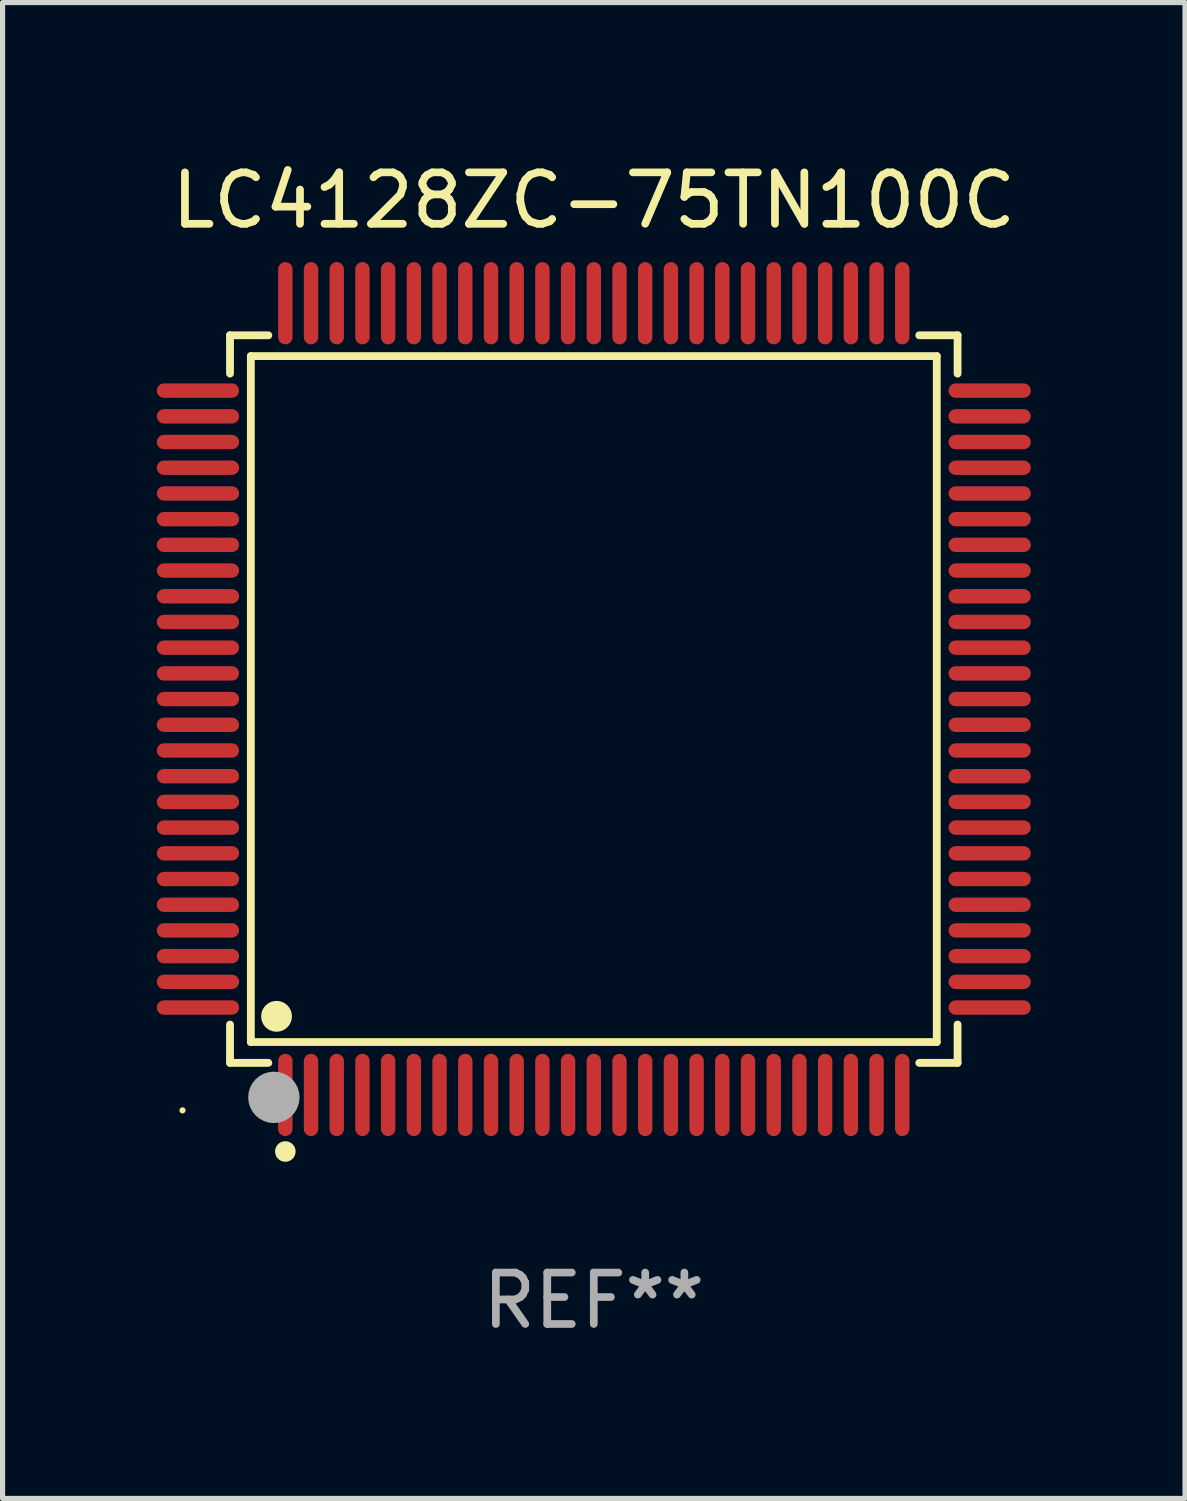
<source format=kicad_pcb>
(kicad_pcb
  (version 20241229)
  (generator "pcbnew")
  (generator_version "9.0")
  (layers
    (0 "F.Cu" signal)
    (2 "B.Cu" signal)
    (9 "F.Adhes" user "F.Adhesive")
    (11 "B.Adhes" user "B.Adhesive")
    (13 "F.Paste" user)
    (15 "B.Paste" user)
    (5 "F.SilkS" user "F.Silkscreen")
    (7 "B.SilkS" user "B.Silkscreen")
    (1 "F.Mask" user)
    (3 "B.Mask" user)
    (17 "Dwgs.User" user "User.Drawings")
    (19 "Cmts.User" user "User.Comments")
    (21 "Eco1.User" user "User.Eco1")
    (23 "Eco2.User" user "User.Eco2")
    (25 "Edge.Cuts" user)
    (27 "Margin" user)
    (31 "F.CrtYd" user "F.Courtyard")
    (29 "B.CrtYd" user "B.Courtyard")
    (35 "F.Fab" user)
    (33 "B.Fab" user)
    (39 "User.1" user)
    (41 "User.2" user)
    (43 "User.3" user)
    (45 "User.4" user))
  (footprint "LC4128ZC-75TN100C"
    (layer "F.Cu")
    (at 8.5 10.548)
    (property "Reference" "LC4128ZC-75TN100C" (at 0 -9.7 0) (layer "F.SilkS") (effects (font (size 1 1) (thickness 0.15))))
    (attr through_hole)
    (fp_line (start -7.076 -7.076) (end -6.331 -7.076) (stroke (width 0.152) (type solid)) (layer "F.SilkS"))
    (fp_line (start -7.076 -6.331) (end -7.076 -7.076) (stroke (width 0.152) (type solid)) (layer "F.SilkS"))
    (fp_line (start -7.076 6.331) (end -7.076 7.076) (stroke (width 0.152) (type solid)) (layer "F.SilkS"))
    (fp_line (start -7.076 7.076) (end -6.331 7.076) (stroke (width 0.152) (type solid)) (layer "F.SilkS"))
    (fp_line (start -6.671 -6.671) (end 6.671 -6.671) (stroke (width 0.152) (type solid)) (layer "F.SilkS"))
    (fp_line (start -6.671 6.671) (end -6.671 -6.671) (stroke (width 0.152) (type solid)) (layer "F.SilkS"))
    (fp_line (start 6.671 -6.671) (end 6.671 6.671) (stroke (width 0.152) (type solid)) (layer "F.SilkS"))
    (fp_line (start 6.671 6.671) (end -6.671 6.671) (stroke (width 0.152) (type solid)) (layer "F.SilkS"))
    (fp_line (start 7.076 -7.076) (end 6.331 -7.076) (stroke (width 0.152) (type solid)) (layer "F.SilkS"))
    (fp_line (start 7.076 -6.331) (end 7.076 -7.076) (stroke (width 0.152) (type solid)) (layer "F.SilkS"))
    (fp_line (start 7.076 6.331) (end 7.076 7.076) (stroke (width 0.152) (type solid)) (layer "F.SilkS"))
    (fp_line (start 7.076 7.076) (end 6.331 7.076) (stroke (width 0.152) (type solid)) (layer "F.SilkS"))
    (fp_circle (center -8 8) (end -7.97 8) (stroke (width 0.06) (type solid)) (fill no) (layer "F.SilkS"))
    (fp_circle (center -6.171 6.171) (end -6.021 6.171) (stroke (width 0.3) (type solid)) (fill no) (layer "F.SilkS"))
    (fp_circle (center -6 8.8) (end -5.9 8.8) (stroke (width 0.2) (type solid)) (fill no) (layer "F.SilkS"))
    (fp_circle (center -6.223 7.747) (end -5.973 7.747) (stroke (width 0.5) (type solid)) (fill no) (layer "F.Fab"))
    (fp_text user "REF**" (at 0 11.7 0) (layer "F.Fab") (effects (font (size 1 1) (thickness 0.15))))
    (pad "1" smd oval (at -6 7.7) (size 0.28 1.6) (layers "F.Cu" "F.Mask" "F.Paste"))
    (pad "2" smd oval (at -5.5 7.7) (size 0.28 1.6) (layers "F.Cu" "F.Mask" "F.Paste"))
    (pad "3" smd oval (at -5 7.7) (size 0.28 1.6) (layers "F.Cu" "F.Mask" "F.Paste"))
    (pad "4" smd oval (at -4.5 7.7) (size 0.28 1.6) (layers "F.Cu" "F.Mask" "F.Paste"))
    (pad "5" smd oval (at -4 7.7) (size 0.28 1.6) (layers "F.Cu" "F.Mask" "F.Paste"))
    (pad "6" smd oval (at -3.5 7.7) (size 0.28 1.6) (layers "F.Cu" "F.Mask" "F.Paste"))
    (pad "7" smd oval (at -3 7.7) (size 0.28 1.6) (layers "F.Cu" "F.Mask" "F.Paste"))
    (pad "8" smd oval (at -2.5 7.7) (size 0.28 1.6) (layers "F.Cu" "F.Mask" "F.Paste"))
    (pad "9" smd oval (at -2 7.7) (size 0.28 1.6) (layers "F.Cu" "F.Mask" "F.Paste"))
    (pad "10" smd oval (at -1.5 7.7) (size 0.28 1.6) (layers "F.Cu" "F.Mask" "F.Paste"))
    (pad "11" smd oval (at -1 7.7) (size 0.28 1.6) (layers "F.Cu" "F.Mask" "F.Paste"))
    (pad "12" smd oval (at -0.5 7.7) (size 0.28 1.6) (layers "F.Cu" "F.Mask" "F.Paste"))
    (pad "13" smd oval (at 0 7.7) (size 0.28 1.6) (layers "F.Cu" "F.Mask" "F.Paste"))
    (pad "14" smd oval (at 0.5 7.7) (size 0.28 1.6) (layers "F.Cu" "F.Mask" "F.Paste"))
    (pad "15" smd oval (at 1 7.7) (size 0.28 1.6) (layers "F.Cu" "F.Mask" "F.Paste"))
    (pad "16" smd oval (at 1.5 7.7) (size 0.28 1.6) (layers "F.Cu" "F.Mask" "F.Paste"))
    (pad "17" smd oval (at 2 7.7) (size 0.28 1.6) (layers "F.Cu" "F.Mask" "F.Paste"))
    (pad "18" smd oval (at 2.5 7.7) (size 0.28 1.6) (layers "F.Cu" "F.Mask" "F.Paste"))
    (pad "19" smd oval (at 3 7.7) (size 0.28 1.6) (layers "F.Cu" "F.Mask" "F.Paste"))
    (pad "20" smd oval (at 3.5 7.7) (size 0.28 1.6) (layers "F.Cu" "F.Mask" "F.Paste"))
    (pad "21" smd oval (at 4 7.7) (size 0.28 1.6) (layers "F.Cu" "F.Mask" "F.Paste"))
    (pad "22" smd oval (at 4.5 7.7) (size 0.28 1.6) (layers "F.Cu" "F.Mask" "F.Paste"))
    (pad "23" smd oval (at 5 7.7) (size 0.28 1.6) (layers "F.Cu" "F.Mask" "F.Paste"))
    (pad "24" smd oval (at 5.5 7.7) (size 0.28 1.6) (layers "F.Cu" "F.Mask" "F.Paste"))
    (pad "25" smd oval (at 6 7.7) (size 0.28 1.6) (layers "F.Cu" "F.Mask" "F.Paste"))
    (pad "26" smd oval (at 7.7 6) (size 1.6 0.28) (layers "F.Cu" "F.Mask" "F.Paste"))
    (pad "27" smd oval (at 7.7 5.5) (size 1.6 0.28) (layers "F.Cu" "F.Mask" "F.Paste"))
    (pad "28" smd oval (at 7.7 5) (size 1.6 0.28) (layers "F.Cu" "F.Mask" "F.Paste"))
    (pad "29" smd oval (at 7.7 4.5) (size 1.6 0.28) (layers "F.Cu" "F.Mask" "F.Paste"))
    (pad "30" smd oval (at 7.7 4) (size 1.6 0.28) (layers "F.Cu" "F.Mask" "F.Paste"))
    (pad "31" smd oval (at 7.7 3.5) (size 1.6 0.28) (layers "F.Cu" "F.Mask" "F.Paste"))
    (pad "32" smd oval (at 7.7 3) (size 1.6 0.28) (layers "F.Cu" "F.Mask" "F.Paste"))
    (pad "33" smd oval (at 7.7 2.5) (size 1.6 0.28) (layers "F.Cu" "F.Mask" "F.Paste"))
    (pad "34" smd oval (at 7.7 2) (size 1.6 0.28) (layers "F.Cu" "F.Mask" "F.Paste"))
    (pad "35" smd oval (at 7.7 1.5) (size 1.6 0.28) (layers "F.Cu" "F.Mask" "F.Paste"))
    (pad "36" smd oval (at 7.7 1) (size 1.6 0.28) (layers "F.Cu" "F.Mask" "F.Paste"))
    (pad "37" smd oval (at 7.7 0.5) (size 1.6 0.28) (layers "F.Cu" "F.Mask" "F.Paste"))
    (pad "38" smd oval (at 7.7 0) (size 1.6 0.28) (layers "F.Cu" "F.Mask" "F.Paste"))
    (pad "39" smd oval (at 7.7 -0.5) (size 1.6 0.28) (layers "F.Cu" "F.Mask" "F.Paste"))
    (pad "40" smd oval (at 7.7 -1) (size 1.6 0.28) (layers "F.Cu" "F.Mask" "F.Paste"))
    (pad "41" smd oval (at 7.7 -1.5) (size 1.6 0.28) (layers "F.Cu" "F.Mask" "F.Paste"))
    (pad "42" smd oval (at 7.7 -2) (size 1.6 0.28) (layers "F.Cu" "F.Mask" "F.Paste"))
    (pad "43" smd oval (at 7.7 -2.5) (size 1.6 0.28) (layers "F.Cu" "F.Mask" "F.Paste"))
    (pad "44" smd oval (at 7.7 -3) (size 1.6 0.28) (layers "F.Cu" "F.Mask" "F.Paste"))
    (pad "45" smd oval (at 7.7 -3.5) (size 1.6 0.28) (layers "F.Cu" "F.Mask" "F.Paste"))
    (pad "46" smd oval (at 7.7 -4) (size 1.6 0.28) (layers "F.Cu" "F.Mask" "F.Paste"))
    (pad "47" smd oval (at 7.7 -4.5) (size 1.6 0.28) (layers "F.Cu" "F.Mask" "F.Paste"))
    (pad "48" smd oval (at 7.7 -5) (size 1.6 0.28) (layers "F.Cu" "F.Mask" "F.Paste"))
    (pad "49" smd oval (at 7.7 -5.5) (size 1.6 0.28) (layers "F.Cu" "F.Mask" "F.Paste"))
    (pad "50" smd oval (at 7.7 -6) (size 1.6 0.28) (layers "F.Cu" "F.Mask" "F.Paste"))
    (pad "51" smd oval (at 6 -7.7) (size 0.28 1.6) (layers "F.Cu" "F.Mask" "F.Paste"))
    (pad "52" smd oval (at 5.5 -7.7) (size 0.28 1.6) (layers "F.Cu" "F.Mask" "F.Paste"))
    (pad "53" smd oval (at 5 -7.7) (size 0.28 1.6) (layers "F.Cu" "F.Mask" "F.Paste"))
    (pad "54" smd oval (at 4.5 -7.7) (size 0.28 1.6) (layers "F.Cu" "F.Mask" "F.Paste"))
    (pad "55" smd oval (at 4 -7.7) (size 0.28 1.6) (layers "F.Cu" "F.Mask" "F.Paste"))
    (pad "56" smd oval (at 3.5 -7.7) (size 0.28 1.6) (layers "F.Cu" "F.Mask" "F.Paste"))
    (pad "57" smd oval (at 3 -7.7) (size 0.28 1.6) (layers "F.Cu" "F.Mask" "F.Paste"))
    (pad "58" smd oval (at 2.5 -7.7) (size 0.28 1.6) (layers "F.Cu" "F.Mask" "F.Paste"))
    (pad "59" smd oval (at 2 -7.7) (size 0.28 1.6) (layers "F.Cu" "F.Mask" "F.Paste"))
    (pad "60" smd oval (at 1.5 -7.7) (size 0.28 1.6) (layers "F.Cu" "F.Mask" "F.Paste"))
    (pad "61" smd oval (at 1 -7.7) (size 0.28 1.6) (layers "F.Cu" "F.Mask" "F.Paste"))
    (pad "62" smd oval (at 0.5 -7.7) (size 0.28 1.6) (layers "F.Cu" "F.Mask" "F.Paste"))
    (pad "63" smd oval (at 0 -7.7) (size 0.28 1.6) (layers "F.Cu" "F.Mask" "F.Paste"))
    (pad "64" smd oval (at -0.5 -7.7) (size 0.28 1.6) (layers "F.Cu" "F.Mask" "F.Paste"))
    (pad "65" smd oval (at -1 -7.7) (size 0.28 1.6) (layers "F.Cu" "F.Mask" "F.Paste"))
    (pad "66" smd oval (at -1.5 -7.7) (size 0.28 1.6) (layers "F.Cu" "F.Mask" "F.Paste"))
    (pad "67" smd oval (at -2 -7.7) (size 0.28 1.6) (layers "F.Cu" "F.Mask" "F.Paste"))
    (pad "68" smd oval (at -2.5 -7.7) (size 0.28 1.6) (layers "F.Cu" "F.Mask" "F.Paste"))
    (pad "69" smd oval (at -3 -7.7) (size 0.28 1.6) (layers "F.Cu" "F.Mask" "F.Paste"))
    (pad "70" smd oval (at -3.5 -7.7) (size 0.28 1.6) (layers "F.Cu" "F.Mask" "F.Paste"))
    (pad "71" smd oval (at -4 -7.7) (size 0.28 1.6) (layers "F.Cu" "F.Mask" "F.Paste"))
    (pad "72" smd oval (at -4.5 -7.7) (size 0.28 1.6) (layers "F.Cu" "F.Mask" "F.Paste"))
    (pad "73" smd oval (at -5 -7.7) (size 0.28 1.6) (layers "F.Cu" "F.Mask" "F.Paste"))
    (pad "74" smd oval (at -5.5 -7.7) (size 0.28 1.6) (layers "F.Cu" "F.Mask" "F.Paste"))
    (pad "75" smd oval (at -6 -7.7) (size 0.28 1.6) (layers "F.Cu" "F.Mask" "F.Paste"))
    (pad "76" smd oval (at -7.7 -6) (size 1.6 0.28) (layers "F.Cu" "F.Mask" "F.Paste"))
    (pad "77" smd oval (at -7.7 -5.5) (size 1.6 0.28) (layers "F.Cu" "F.Mask" "F.Paste"))
    (pad "78" smd oval (at -7.7 -5) (size 1.6 0.28) (layers "F.Cu" "F.Mask" "F.Paste"))
    (pad "79" smd oval (at -7.7 -4.5) (size 1.6 0.28) (layers "F.Cu" "F.Mask" "F.Paste"))
    (pad "80" smd oval (at -7.7 -4) (size 1.6 0.28) (layers "F.Cu" "F.Mask" "F.Paste"))
    (pad "81" smd oval (at -7.7 -3.5) (size 1.6 0.28) (layers "F.Cu" "F.Mask" "F.Paste"))
    (pad "82" smd oval (at -7.7 -3) (size 1.6 0.28) (layers "F.Cu" "F.Mask" "F.Paste"))
    (pad "83" smd oval (at -7.7 -2.5) (size 1.6 0.28) (layers "F.Cu" "F.Mask" "F.Paste"))
    (pad "84" smd oval (at -7.7 -2) (size 1.6 0.28) (layers "F.Cu" "F.Mask" "F.Paste"))
    (pad "85" smd oval (at -7.7 -1.5) (size 1.6 0.28) (layers "F.Cu" "F.Mask" "F.Paste"))
    (pad "86" smd oval (at -7.7 -1) (size 1.6 0.28) (layers "F.Cu" "F.Mask" "F.Paste"))
    (pad "87" smd oval (at -7.7 -0.5) (size 1.6 0.28) (layers "F.Cu" "F.Mask" "F.Paste"))
    (pad "88" smd oval (at -7.7 0) (size 1.6 0.28) (layers "F.Cu" "F.Mask" "F.Paste"))
    (pad "89" smd oval (at -7.7 0.5) (size 1.6 0.28) (layers "F.Cu" "F.Mask" "F.Paste"))
    (pad "90" smd oval (at -7.7 1) (size 1.6 0.28) (layers "F.Cu" "F.Mask" "F.Paste"))
    (pad "91" smd oval (at -7.7 1.5) (size 1.6 0.28) (layers "F.Cu" "F.Mask" "F.Paste"))
    (pad "92" smd oval (at -7.7 2) (size 1.6 0.28) (layers "F.Cu" "F.Mask" "F.Paste"))
    (pad "93" smd oval (at -7.7 2.5) (size 1.6 0.28) (layers "F.Cu" "F.Mask" "F.Paste"))
    (pad "94" smd oval (at -7.7 3) (size 1.6 0.28) (layers "F.Cu" "F.Mask" "F.Paste"))
    (pad "95" smd oval (at -7.7 3.5) (size 1.6 0.28) (layers "F.Cu" "F.Mask" "F.Paste"))
    (pad "96" smd oval (at -7.7 4) (size 1.6 0.28) (layers "F.Cu" "F.Mask" "F.Paste"))
    (pad "97" smd oval (at -7.7 4.5) (size 1.6 0.28) (layers "F.Cu" "F.Mask" "F.Paste"))
    (pad "98" smd oval (at -7.7 5) (size 1.6 0.28) (layers "F.Cu" "F.Mask" "F.Paste"))
    (pad "99" smd oval (at -7.7 5.5) (size 1.6 0.28) (layers "F.Cu" "F.Mask" "F.Paste"))
    (pad "100" smd oval (at -7.7 6) (size 1.6 0.28) (layers "F.Cu" "F.Mask" "F.Paste")))
  (gr_rect
    (start -3 -3)
    (end 20 26.097)
    (stroke (width 0.1) (type default))
    (fill no)
    (layer "Edge.Cuts")))
</source>
